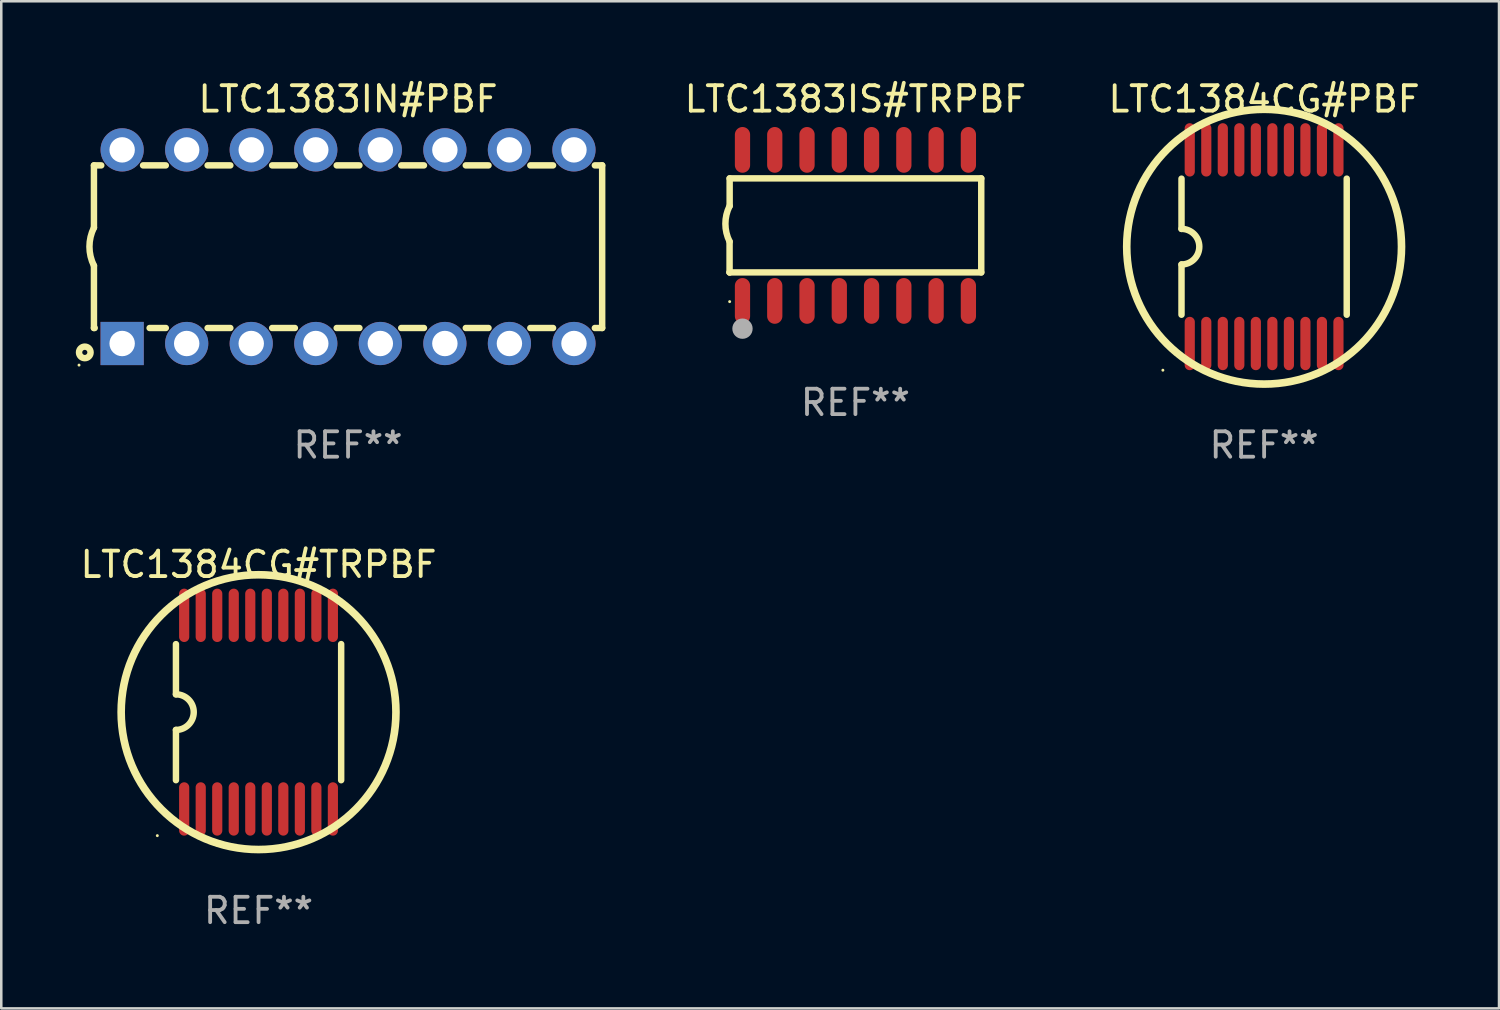
<source format=kicad_pcb>
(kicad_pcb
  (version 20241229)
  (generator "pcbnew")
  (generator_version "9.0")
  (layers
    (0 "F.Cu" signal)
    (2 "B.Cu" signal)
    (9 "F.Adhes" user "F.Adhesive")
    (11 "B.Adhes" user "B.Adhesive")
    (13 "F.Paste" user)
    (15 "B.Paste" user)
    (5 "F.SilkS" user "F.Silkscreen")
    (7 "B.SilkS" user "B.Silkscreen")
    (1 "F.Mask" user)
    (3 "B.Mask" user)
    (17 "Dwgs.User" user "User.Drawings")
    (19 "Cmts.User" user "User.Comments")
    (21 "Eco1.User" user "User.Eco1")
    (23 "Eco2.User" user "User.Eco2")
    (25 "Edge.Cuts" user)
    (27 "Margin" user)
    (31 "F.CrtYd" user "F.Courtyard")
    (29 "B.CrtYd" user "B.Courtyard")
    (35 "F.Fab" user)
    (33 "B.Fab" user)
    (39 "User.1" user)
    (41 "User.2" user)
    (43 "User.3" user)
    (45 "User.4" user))
  (footprint "LTC1383IS#TRPBF"
    (layer "F.Cu")
    (at 30.613 5.82)
    (property "Reference" "LTC1383IS#TRPBF" (at 0 -4.972 0) (layer "F.SilkS") (effects (font (size 1 1) (thickness 0.15))))
    (attr through_hole)
    (fp_line (start -4.952 0.635) (end -4.952 1.85) (stroke (width 0.254) (type solid)) (layer "F.SilkS"))
    (fp_line (start -4.952 1.85) (end -4.949 1.85) (stroke (width 0.254) (type solid)) (layer "F.SilkS"))
    (fp_line (start -4.949 -1.85) (end -4.949 -0.762) (stroke (width 0.254) (type solid)) (layer "F.SilkS"))
    (fp_line (start -4.949 1.85) (end 4.952 1.85) (stroke (width 0.254) (type solid)) (layer "F.SilkS"))
    (fp_line (start 4.952 -1.85) (end -4.949 -1.85) (stroke (width 0.254) (type solid)) (layer "F.SilkS"))
    (fp_line (start 4.952 1.85) (end 4.952 -1.85) (stroke (width 0.254) (type solid)) (layer "F.SilkS"))
    (fp_arc (start -4.951524 0.635001) (mid -5.116418 -0.0635) (end -4.951524 -0.762002) (stroke (width 0.254001) (type solid)) (layer "F.SilkS"))
    (fp_circle (center -4.949 3) (end -4.919 3) (stroke (width 0.06) (type solid)) (fill no) (layer "F.SilkS"))
    (fp_circle (center -4.444 4.064) (end -4.244 4.064) (stroke (width 0.4) (type solid)) (fill no) (layer "F.Fab"))
    (fp_text user "REF**" (at 0 6.972 0) (layer "F.Fab") (effects (font (size 1 1) (thickness 0.15))))
    (pad "1" smd oval (at -4.444 2.972 180) (size 0.6 1.8) (layers "F.Cu" "F.Mask" "F.Paste"))
    (pad "2" smd oval (at -3.174 2.972 180) (size 0.6 1.8) (layers "F.Cu" "F.Mask" "F.Paste"))
    (pad "3" smd oval (at -1.904 2.972 180) (size 0.6 1.8) (layers "F.Cu" "F.Mask" "F.Paste"))
    (pad "4" smd oval (at -0.634 2.972 180) (size 0.6 1.8) (layers "F.Cu" "F.Mask" "F.Paste"))
    (pad "5" smd oval (at 0.636 2.972 180) (size 0.6 1.8) (layers "F.Cu" "F.Mask" "F.Paste"))
    (pad "6" smd oval (at 1.906 2.972 180) (size 0.6 1.8) (layers "F.Cu" "F.Mask" "F.Paste"))
    (pad "7" smd oval (at 3.176 2.972 180) (size 0.6 1.8) (layers "F.Cu" "F.Mask" "F.Paste"))
    (pad "8" smd oval (at 4.446 2.972 180) (size 0.6 1.8) (layers "F.Cu" "F.Mask" "F.Paste"))
    (pad "9" smd oval (at 4.446 -2.972 180) (size 0.6 1.8) (layers "F.Cu" "F.Mask" "F.Paste"))
    (pad "10" smd oval (at 3.176 -2.972 180) (size 0.6 1.8) (layers "F.Cu" "F.Mask" "F.Paste"))
    (pad "11" smd oval (at 1.906 -2.972 180) (size 0.6 1.8) (layers "F.Cu" "F.Mask" "F.Paste"))
    (pad "12" smd oval (at 0.636 -2.972 180) (size 0.6 1.8) (layers "F.Cu" "F.Mask" "F.Paste"))
    (pad "13" smd oval (at -0.634 -2.972 180) (size 0.6 1.8) (layers "F.Cu" "F.Mask" "F.Paste"))
    (pad "14" smd oval (at -1.904 -2.972 180) (size 0.6 1.8) (layers "F.Cu" "F.Mask" "F.Paste"))
    (pad "15" smd oval (at -3.174 -2.972 180) (size 0.6 1.8) (layers "F.Cu" "F.Mask" "F.Paste"))
    (pad "16" smd oval (at -4.444 -2.972 180) (size 0.6 1.8) (layers "F.Cu" "F.Mask" "F.Paste")))
  (footprint "LTC1383IN#PBF"
    (layer "F.Cu")
    (at 10.647 6.658)
    (property "Reference" "LTC1383IN#PBF" (at 0 -5.81 0) (layer "F.SilkS") (effects (font (size 1 1) (thickness 0.15))))
    (attr through_hole)
    (fp_line (start -10 -3.2) (end -10 -0.75) (stroke (width 0.254) (type solid)) (layer "F.SilkS"))
    (fp_line (start -10 -3.2) (end -9.713 -3.2) (stroke (width 0.254) (type solid)) (layer "F.SilkS"))
    (fp_line (start -10 3.2) (end -10 0.75) (stroke (width 0.254) (type solid)) (layer "F.SilkS"))
    (fp_line (start -10 3.2) (end -9.971 3.2) (stroke (width 0.254) (type solid)) (layer "F.SilkS"))
    (fp_line (start -8.067 -3.2) (end -7.173 -3.2) (stroke (width 0.254) (type solid)) (layer "F.SilkS"))
    (fp_line (start -7.809 3.2) (end -7.173 3.2) (stroke (width 0.254) (type solid)) (layer "F.SilkS"))
    (fp_line (start -5.527 3.2) (end -4.633 3.2) (stroke (width 0.254) (type solid)) (layer "F.SilkS"))
    (fp_line (start -5.527 -3.2) (end -4.633 -3.2) (stroke (width 0.254) (type solid)) (layer "F.SilkS"))
    (fp_line (start -2.987 3.2) (end -2.093 3.2) (stroke (width 0.254) (type solid)) (layer "F.SilkS"))
    (fp_line (start -2.987 -3.2) (end -2.093 -3.2) (stroke (width 0.254) (type solid)) (layer "F.SilkS"))
    (fp_line (start -0.447 3.2) (end 0.447 3.2) (stroke (width 0.254) (type solid)) (layer "F.SilkS"))
    (fp_line (start -0.447 -3.2) (end 0.447 -3.2) (stroke (width 0.254) (type solid)) (layer "F.SilkS"))
    (fp_line (start 2.093 3.2) (end 2.987 3.2) (stroke (width 0.254) (type solid)) (layer "F.SilkS"))
    (fp_line (start 2.093 -3.2) (end 2.987 -3.2) (stroke (width 0.254) (type solid)) (layer "F.SilkS"))
    (fp_line (start 4.633 3.2) (end 5.527 3.2) (stroke (width 0.254) (type solid)) (layer "F.SilkS"))
    (fp_line (start 4.633 -3.2) (end 5.527 -3.2) (stroke (width 0.254) (type solid)) (layer "F.SilkS"))
    (fp_line (start 7.173 3.2) (end 8.067 3.2) (stroke (width 0.254) (type solid)) (layer "F.SilkS"))
    (fp_line (start 7.173 -3.2) (end 8.067 -3.2) (stroke (width 0.254) (type solid)) (layer "F.SilkS"))
    (fp_line (start 9.713 3.2) (end 10 3.2) (stroke (width 0.254) (type solid)) (layer "F.SilkS"))
    (fp_line (start 9.713 -3.2) (end 10 -3.2) (stroke (width 0.254) (type solid)) (layer "F.SilkS"))
    (fp_line (start 10 -3.2) (end 10 3.2) (stroke (width 0.254) (type solid)) (layer "F.SilkS"))
    (fp_arc (start -10 0.748793) (mid -10.176918 -0.000607) (end -10.000025 -0.750013) (stroke (width 0.254001) (type solid)) (layer "F.SilkS"))
    (fp_circle (center -10.587 4.66) (end -10.557 4.66) (stroke (width 0.06) (type solid)) (fill no) (layer "F.SilkS"))
    (fp_circle (center -10.36 4.16) (end -10.26 4.16) (stroke (width 0.254) (type solid)) (fill no) (layer "F.SilkS"))
    (fp_text user "REF**" (at 0 7.81 0) (layer "F.Fab") (effects (font (size 1 1) (thickness 0.15))))
    (pad "1" thru_hole rect (at -8.89 3.81 90) (size 1.7 1.7) (drill 1) (layers "*.Cu" "*.Mask"))
    (pad "2" thru_hole circle (at -6.35 3.81) (size 1.7 1.7) (drill 1) (layers "*.Cu" "*.Mask"))
    (pad "3" thru_hole circle (at -3.81 3.81) (size 1.7 1.7) (drill 1) (layers "*.Cu" "*.Mask"))
    (pad "4" thru_hole circle (at -1.27 3.81) (size 1.7 1.7) (drill 1) (layers "*.Cu" "*.Mask"))
    (pad "5" thru_hole circle (at 1.27 3.81) (size 1.7 1.7) (drill 1) (layers "*.Cu" "*.Mask"))
    (pad "6" thru_hole circle (at 3.81 3.81) (size 1.7 1.7) (drill 1) (layers "*.Cu" "*.Mask"))
    (pad "7" thru_hole circle (at 6.35 3.81) (size 1.7 1.7) (drill 1) (layers "*.Cu" "*.Mask"))
    (pad "8" thru_hole circle (at 8.89 3.81) (size 1.7 1.7) (drill 1) (layers "*.Cu" "*.Mask"))
    (pad "9" thru_hole circle (at 8.89 -3.81) (size 1.7 1.7) (drill 1) (layers "*.Cu" "*.Mask"))
    (pad "10" thru_hole circle (at 6.35 -3.81) (size 1.7 1.7) (drill 1) (layers "*.Cu" "*.Mask"))
    (pad "11" thru_hole circle (at 3.81 -3.81) (size 1.7 1.7) (drill 1) (layers "*.Cu" "*.Mask"))
    (pad "12" thru_hole circle (at 1.27 -3.81) (size 1.7 1.7) (drill 1) (layers "*.Cu" "*.Mask"))
    (pad "13" thru_hole circle (at -1.27 -3.81) (size 1.7 1.7) (drill 1) (layers "*.Cu" "*.Mask"))
    (pad "14" thru_hole circle (at -3.81 -3.81) (size 1.7 1.7) (drill 1) (layers "*.Cu" "*.Mask"))
    (pad "15" thru_hole circle (at -6.35 -3.81) (size 1.7 1.7) (drill 1) (layers "*.Cu" "*.Mask"))
    (pad "16" thru_hole circle (at -8.89 -3.81) (size 1.7 1.7) (drill 1) (layers "*.Cu" "*.Mask")))
  (footprint "LTC1384CG#TRPBF"
    (layer "F.Cu")
    (at 7.125 24.975)
    (property "Reference" "LTC1384CG#TRPBF" (at 0 -5.81 0) (layer "F.SilkS") (effects (font (size 1 1) (thickness 0.15))))
    (attr through_hole)
    (fp_line (start -3.251 -2.677) (end -3.251 -0.7) (stroke (width 0.254) (type solid)) (layer "F.SilkS"))
    (fp_line (start -3.251 0.7) (end -3.251 2.677) (stroke (width 0.254) (type solid)) (layer "F.SilkS"))
    (fp_line (start 3.251 -2.678) (end 3.251 2.678) (stroke (width 0.254) (type solid)) (layer "F.SilkS"))
    (fp_arc (start -3.785204 3.860808) (mid 3.785182 -3.860786) (end -3.785204 3.860808) (stroke (width 0.3) (type solid)) (layer "F.SilkS"))
    (fp_arc (start -3.251803 -0.701041) (mid -2.55127 -0.001117) (end -3.25061 0.7) (stroke (width 0.254001) (type solid)) (layer "F.SilkS"))
    (fp_circle (center -3.984 4.86) (end -3.954 4.86) (stroke (width 0.06) (type solid)) (fill no) (layer "F.SilkS"))
    (fp_text user "REF**" (at 0 7.81 0) (layer "F.Fab") (effects (font (size 1 1) (thickness 0.15))))
    (pad "1" smd oval (at -2.927 3.81 180) (size 0.4 2.1) (layers "F.Cu" "F.Mask" "F.Paste"))
    (pad "2" smd oval (at -2.276 3.81 180) (size 0.4 2.1) (layers "F.Cu" "F.Mask" "F.Paste"))
    (pad "3" smd oval (at -1.626 3.81 180) (size 0.4 2.1) (layers "F.Cu" "F.Mask" "F.Paste"))
    (pad "4" smd oval (at -0.976 3.81 180) (size 0.4 2.1) (layers "F.Cu" "F.Mask" "F.Paste"))
    (pad "5" smd oval (at -0.326 3.81 180) (size 0.4 2.1) (layers "F.Cu" "F.Mask" "F.Paste"))
    (pad "6" smd oval (at 0.325 3.81 180) (size 0.4 2.1) (layers "F.Cu" "F.Mask" "F.Paste"))
    (pad "7" smd oval (at 0.975 3.81 180) (size 0.4 2.1) (layers "F.Cu" "F.Mask" "F.Paste"))
    (pad "8" smd oval (at 1.625 3.81 180) (size 0.4 2.1) (layers "F.Cu" "F.Mask" "F.Paste"))
    (pad "9" smd oval (at 2.275 3.81 180) (size 0.4 2.1) (layers "F.Cu" "F.Mask" "F.Paste"))
    (pad "10" smd oval (at 2.925 3.81 180) (size 0.4 2.1) (layers "F.Cu" "F.Mask" "F.Paste"))
    (pad "11" smd oval (at 2.925 -3.81 180) (size 0.4 2.1) (layers "F.Cu" "F.Mask" "F.Paste"))
    (pad "12" smd oval (at 2.275 -3.81 180) (size 0.4 2.1) (layers "F.Cu" "F.Mask" "F.Paste"))
    (pad "13" smd oval (at 1.625 -3.81 180) (size 0.4 2.1) (layers "F.Cu" "F.Mask" "F.Paste"))
    (pad "14" smd oval (at 0.975 -3.81 180) (size 0.4 2.1) (layers "F.Cu" "F.Mask" "F.Paste"))
    (pad "15" smd oval (at 0.325 -3.81 180) (size 0.4 2.1) (layers "F.Cu" "F.Mask" "F.Paste"))
    (pad "16" smd oval (at -0.326 -3.81 180) (size 0.4 2.1) (layers "F.Cu" "F.Mask" "F.Paste"))
    (pad "17" smd oval (at -0.976 -3.81 180) (size 0.4 2.1) (layers "F.Cu" "F.Mask" "F.Paste"))
    (pad "18" smd oval (at -1.626 -3.81 180) (size 0.4 2.1) (layers "F.Cu" "F.Mask" "F.Paste"))
    (pad "19" smd oval (at -2.276 -3.81 180) (size 0.4 2.1) (layers "F.Cu" "F.Mask" "F.Paste"))
    (pad "20" smd oval (at -2.927 -3.81 180) (size 0.4 2.1) (layers "F.Cu" "F.Mask" "F.Paste")))
  (footprint "LTC1384CG#PBF"
    (layer "F.Cu")
    (at 46.697 6.658)
    (property "Reference" "LTC1384CG#PBF" (at 0 -5.81 0) (layer "F.SilkS") (effects (font (size 1 1) (thickness 0.15))))
    (attr through_hole)
    (fp_line (start -3.251 -2.677) (end -3.251 -0.7) (stroke (width 0.254) (type solid)) (layer "F.SilkS"))
    (fp_line (start -3.251 0.7) (end -3.251 2.677) (stroke (width 0.254) (type solid)) (layer "F.SilkS"))
    (fp_line (start 3.251 -2.678) (end 3.251 2.678) (stroke (width 0.254) (type solid)) (layer "F.SilkS"))
    (fp_arc (start -3.785204 3.860808) (mid 3.785182 -3.860786) (end -3.785204 3.860808) (stroke (width 0.3) (type solid)) (layer "F.SilkS"))
    (fp_arc (start -3.251803 -0.701041) (mid -2.55127 -0.001117) (end -3.25061 0.7) (stroke (width 0.254001) (type solid)) (layer "F.SilkS"))
    (fp_circle (center -3.984 4.86) (end -3.954 4.86) (stroke (width 0.06) (type solid)) (fill no) (layer "F.SilkS"))
    (fp_text user "REF**" (at 0 7.81 0) (layer "F.Fab") (effects (font (size 1 1) (thickness 0.15))))
    (pad "1" smd oval (at -2.927 3.81 180) (size 0.4 2.1) (layers "F.Cu" "F.Mask" "F.Paste"))
    (pad "2" smd oval (at -2.276 3.81 180) (size 0.4 2.1) (layers "F.Cu" "F.Mask" "F.Paste"))
    (pad "3" smd oval (at -1.626 3.81 180) (size 0.4 2.1) (layers "F.Cu" "F.Mask" "F.Paste"))
    (pad "4" smd oval (at -0.976 3.81 180) (size 0.4 2.1) (layers "F.Cu" "F.Mask" "F.Paste"))
    (pad "5" smd oval (at -0.326 3.81 180) (size 0.4 2.1) (layers "F.Cu" "F.Mask" "F.Paste"))
    (pad "6" smd oval (at 0.325 3.81 180) (size 0.4 2.1) (layers "F.Cu" "F.Mask" "F.Paste"))
    (pad "7" smd oval (at 0.975 3.81 180) (size 0.4 2.1) (layers "F.Cu" "F.Mask" "F.Paste"))
    (pad "8" smd oval (at 1.625 3.81 180) (size 0.4 2.1) (layers "F.Cu" "F.Mask" "F.Paste"))
    (pad "9" smd oval (at 2.275 3.81 180) (size 0.4 2.1) (layers "F.Cu" "F.Mask" "F.Paste"))
    (pad "10" smd oval (at 2.925 3.81 180) (size 0.4 2.1) (layers "F.Cu" "F.Mask" "F.Paste"))
    (pad "11" smd oval (at 2.925 -3.81 180) (size 0.4 2.1) (layers "F.Cu" "F.Mask" "F.Paste"))
    (pad "12" smd oval (at 2.275 -3.81 180) (size 0.4 2.1) (layers "F.Cu" "F.Mask" "F.Paste"))
    (pad "13" smd oval (at 1.625 -3.81 180) (size 0.4 2.1) (layers "F.Cu" "F.Mask" "F.Paste"))
    (pad "14" smd oval (at 0.975 -3.81 180) (size 0.4 2.1) (layers "F.Cu" "F.Mask" "F.Paste"))
    (pad "15" smd oval (at 0.325 -3.81 180) (size 0.4 2.1) (layers "F.Cu" "F.Mask" "F.Paste"))
    (pad "16" smd oval (at -0.326 -3.81 180) (size 0.4 2.1) (layers "F.Cu" "F.Mask" "F.Paste"))
    (pad "17" smd oval (at -0.976 -3.81 180) (size 0.4 2.1) (layers "F.Cu" "F.Mask" "F.Paste"))
    (pad "18" smd oval (at -1.626 -3.81 180) (size 0.4 2.1) (layers "F.Cu" "F.Mask" "F.Paste"))
    (pad "19" smd oval (at -2.276 -3.81 180) (size 0.4 2.1) (layers "F.Cu" "F.Mask" "F.Paste"))
    (pad "20" smd oval (at -2.927 -3.81 180) (size 0.4 2.1) (layers "F.Cu" "F.Mask" "F.Paste")))
  (gr_rect
    (start -3 -3)
    (end 55.941 36.633)
    (stroke (width 0.1) (type default))
    (fill no)
    (layer "Edge.Cuts")))
</source>
